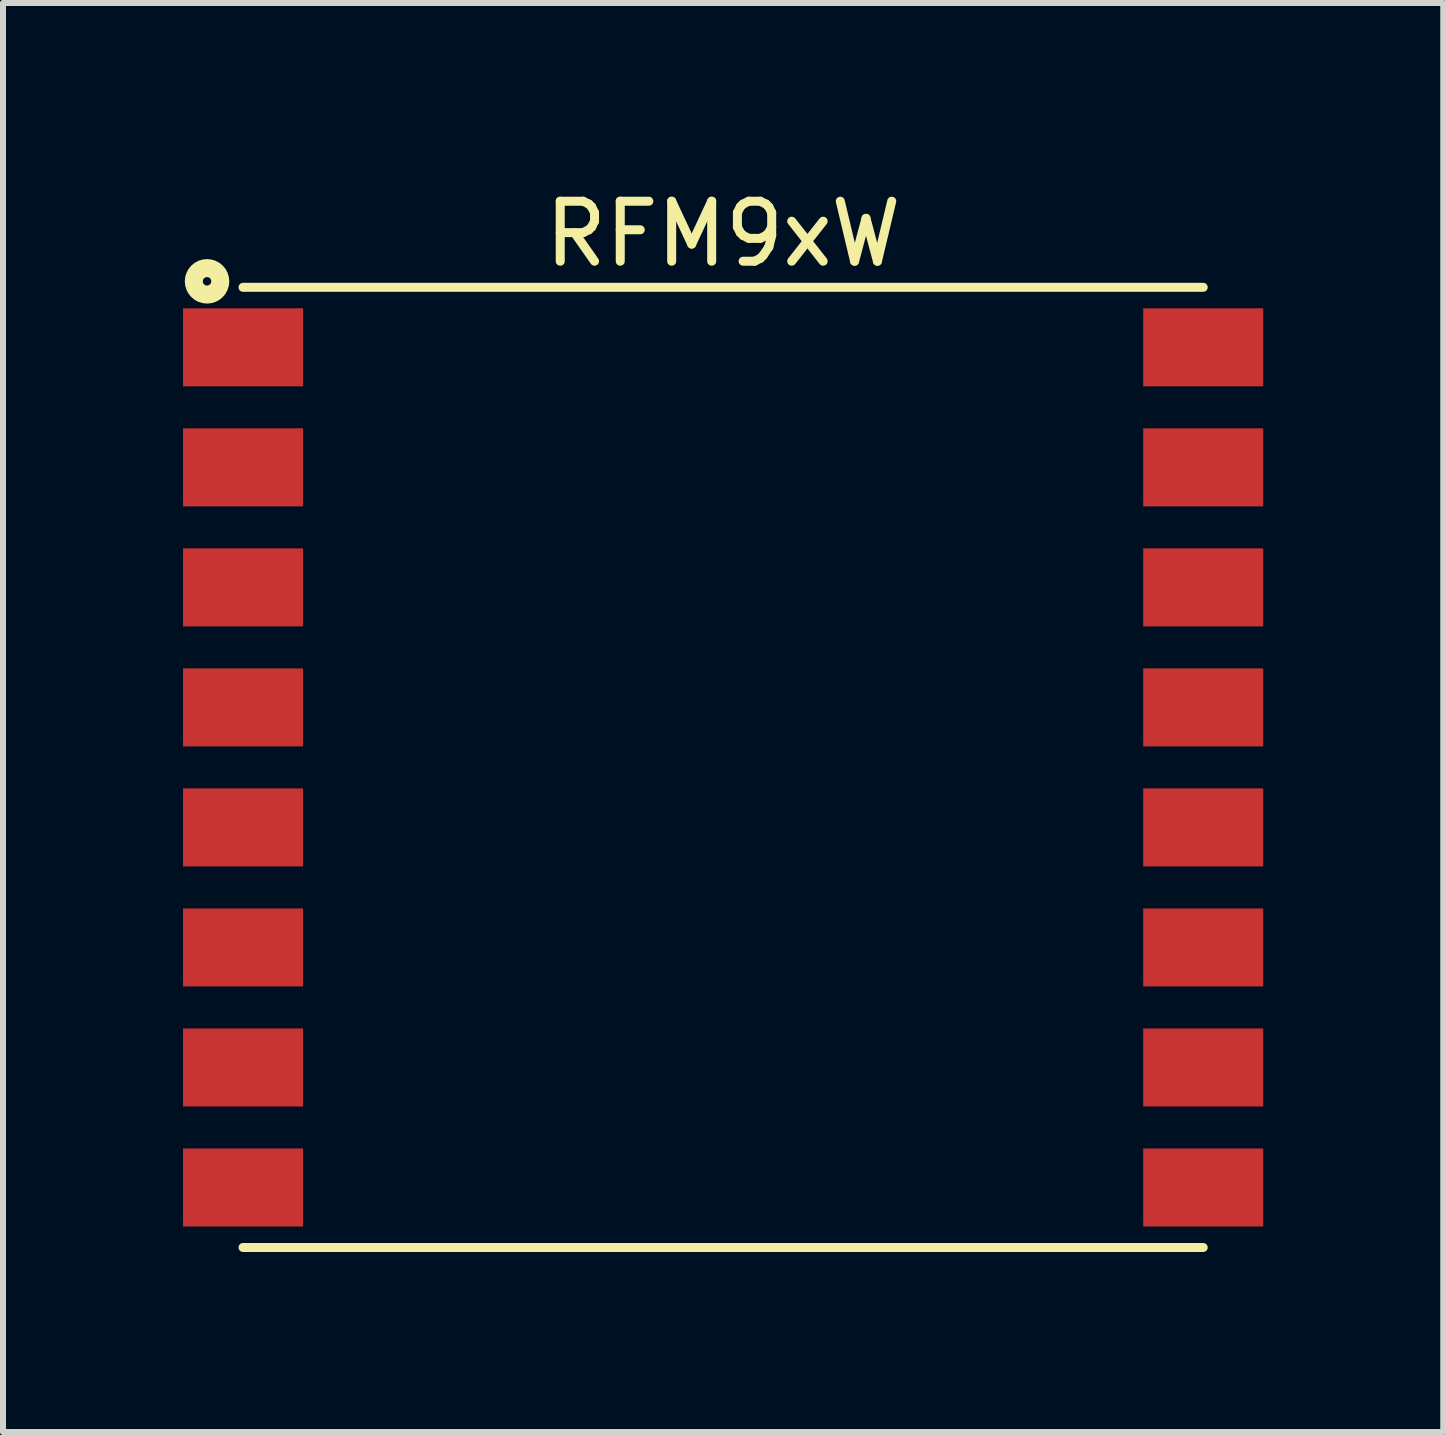
<source format=kicad_pcb>
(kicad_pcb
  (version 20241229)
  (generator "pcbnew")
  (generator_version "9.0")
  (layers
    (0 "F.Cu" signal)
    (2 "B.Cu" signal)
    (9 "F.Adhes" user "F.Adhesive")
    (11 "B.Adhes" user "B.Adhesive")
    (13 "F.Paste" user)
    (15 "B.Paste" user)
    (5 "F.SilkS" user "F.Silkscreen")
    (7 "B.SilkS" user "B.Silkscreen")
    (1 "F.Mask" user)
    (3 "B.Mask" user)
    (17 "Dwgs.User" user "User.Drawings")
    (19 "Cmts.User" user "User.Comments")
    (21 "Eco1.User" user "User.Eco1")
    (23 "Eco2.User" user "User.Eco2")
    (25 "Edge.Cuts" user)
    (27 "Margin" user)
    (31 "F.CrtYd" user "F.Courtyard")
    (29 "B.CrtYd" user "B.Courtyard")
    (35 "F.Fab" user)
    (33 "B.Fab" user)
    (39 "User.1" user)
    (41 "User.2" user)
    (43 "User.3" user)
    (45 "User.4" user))
  (footprint "RFM9xW"
    (layer "F.Cu")
    (at 9 9.738)
    (property "Reference" "RFM9xW" (at 0 -8.89 0) (layer "F.SilkS") (effects (font (size 1 1) (thickness 0.15))))
    (attr through_hole)
    (fp_line (start -8 -8) (end 8 -8) (stroke (width 0.15) (type solid)) (layer "F.SilkS"))
    (fp_line (start -8 8) (end 8 8) (stroke (width 0.15) (type solid)) (layer "F.SilkS"))
    (fp_circle (center -8.6 -8.1) (end -8.65 -8.15) (stroke (width 0.3) (type solid)) (fill no) (layer "F.SilkS"))
    (pad "1" smd rect (at -8 -7) (size 2 1.3) (layers "F.Cu" "F.Mask" "F.Paste"))
    (pad "2" smd rect (at -8 -5) (size 2 1.3) (layers "F.Cu" "F.Mask" "F.Paste"))
    (pad "3" smd rect (at -8 -3) (size 2 1.3) (layers "F.Cu" "F.Mask" "F.Paste"))
    (pad "4" smd rect (at -8 -1) (size 2 1.3) (layers "F.Cu" "F.Mask" "F.Paste"))
    (pad "5" smd rect (at -8 1) (size 2 1.3) (layers "F.Cu" "F.Mask" "F.Paste"))
    (pad "6" smd rect (at -8 3) (size 2 1.3) (layers "F.Cu" "F.Mask" "F.Paste"))
    (pad "7" smd rect (at -8 5) (size 2 1.3) (layers "F.Cu" "F.Mask" "F.Paste"))
    (pad "8" smd rect (at -8 7) (size 2 1.3) (layers "F.Cu" "F.Mask" "F.Paste"))
    (pad "9" smd rect (at 8 7) (size 2 1.3) (layers "F.Cu" "F.Mask" "F.Paste"))
    (pad "10" smd rect (at 8 5) (size 2 1.3) (layers "F.Cu" "F.Mask" "F.Paste"))
    (pad "11" smd rect (at 8 3) (size 2 1.3) (layers "F.Cu" "F.Mask" "F.Paste"))
    (pad "12" smd rect (at 8 1) (size 2 1.3) (layers "F.Cu" "F.Mask" "F.Paste"))
    (pad "13" smd rect (at 8 -1) (size 2 1.3) (layers "F.Cu" "F.Mask" "F.Paste"))
    (pad "14" smd rect (at 8 -3) (size 2 1.3) (layers "F.Cu" "F.Mask" "F.Paste"))
    (pad "15" smd rect (at 8 -5) (size 2 1.3) (layers "F.Cu" "F.Mask" "F.Paste"))
    (pad "16" smd rect (at 8 -7) (size 2 1.3) (layers "F.Cu" "F.Mask" "F.Paste")))
  (gr_rect
    (start -3 -3)
    (end 21 20.813)
    (stroke (width 0.1) (type default))
    (fill no)
    (layer "Edge.Cuts")))
</source>
